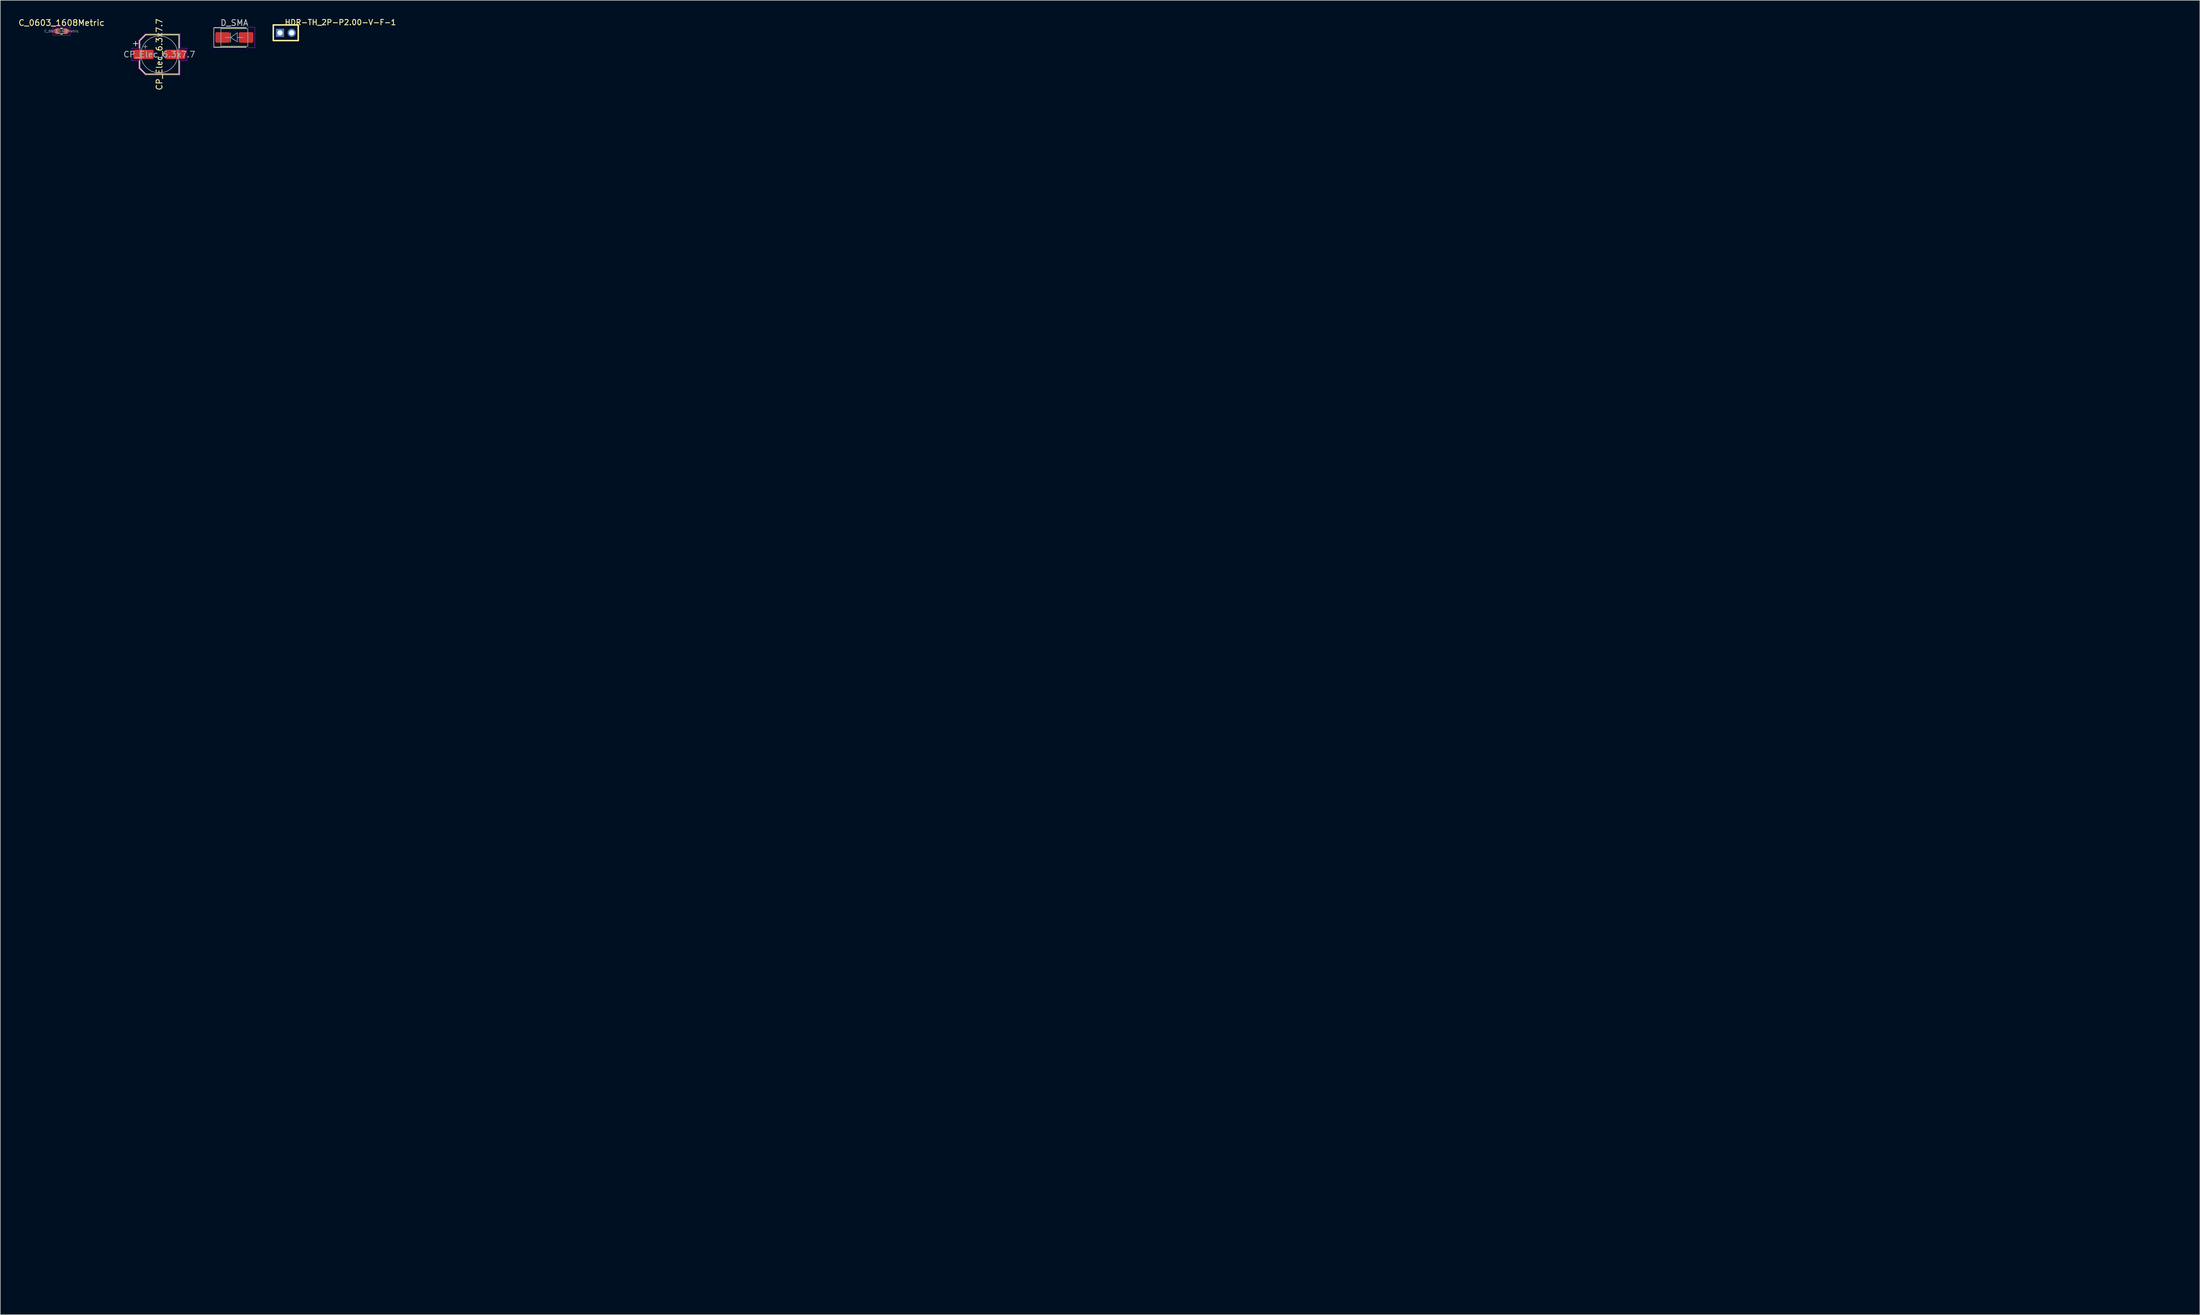
<source format=kicad_pcb>
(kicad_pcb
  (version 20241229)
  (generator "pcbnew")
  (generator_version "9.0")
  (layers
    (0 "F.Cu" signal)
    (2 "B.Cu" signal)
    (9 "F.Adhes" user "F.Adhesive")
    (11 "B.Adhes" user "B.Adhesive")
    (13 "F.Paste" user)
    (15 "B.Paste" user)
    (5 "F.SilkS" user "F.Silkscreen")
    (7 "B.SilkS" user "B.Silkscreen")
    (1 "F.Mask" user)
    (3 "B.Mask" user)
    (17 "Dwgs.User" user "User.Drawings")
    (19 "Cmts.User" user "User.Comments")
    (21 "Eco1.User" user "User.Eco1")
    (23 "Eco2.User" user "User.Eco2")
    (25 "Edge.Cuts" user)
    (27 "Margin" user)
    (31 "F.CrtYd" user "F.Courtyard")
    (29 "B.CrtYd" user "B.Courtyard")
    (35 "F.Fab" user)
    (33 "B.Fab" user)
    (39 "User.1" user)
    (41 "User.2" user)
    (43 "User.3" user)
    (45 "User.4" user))
  (footprint "CP_Elec_6.3x7.7"
    (layer "F.Cu")
    (at 24.161 6.244)
    (property "Reference" "CP_Elec_6.3x7.7" (at 0 0 270) (layer "F.SilkS") (effects (font (size 1 1) (thickness 0.15))))
    (attr smd)
    (fp_line (start -4.438 -1.847) (end -3.65 -1.847) (stroke (width 0.12) (type solid)) (layer "F.SilkS"))
    (fp_line (start -4.044 -2.241) (end -4.044 -1.454) (stroke (width 0.12) (type solid)) (layer "F.SilkS"))
    (fp_line (start -3.41 -2.346) (end -3.41 -1.06) (stroke (width 0.12) (type solid)) (layer "F.SilkS"))
    (fp_line (start -3.41 -2.346) (end -2.346 -3.41) (stroke (width 0.12) (type solid)) (layer "F.SilkS"))
    (fp_line (start -3.41 2.346) (end -3.41 1.06) (stroke (width 0.12) (type solid)) (layer "F.SilkS"))
    (fp_line (start -3.41 2.346) (end -2.346 3.41) (stroke (width 0.12) (type solid)) (layer "F.SilkS"))
    (fp_line (start -2.346 -3.41) (end 3.41 -3.41) (stroke (width 0.12) (type solid)) (layer "F.SilkS"))
    (fp_line (start -2.346 3.41) (end 3.41 3.41) (stroke (width 0.12) (type solid)) (layer "F.SilkS"))
    (fp_line (start 3.41 -3.41) (end 3.41 -1.06) (stroke (width 0.12) (type solid)) (layer "F.SilkS"))
    (fp_line (start 3.41 3.41) (end 3.41 1.06) (stroke (width 0.12) (type solid)) (layer "F.SilkS"))
    (fp_line (start -4.7 -1.05) (end -4.7 1.05) (stroke (width 0.05) (type solid)) (layer "F.CrtYd"))
    (fp_line (start -4.7 1.05) (end -3.55 1.05) (stroke (width 0.05) (type solid)) (layer "F.CrtYd"))
    (fp_line (start -3.55 -2.4) (end -3.55 -1.05) (stroke (width 0.05) (type solid)) (layer "F.CrtYd"))
    (fp_line (start -3.55 -2.4) (end -2.4 -3.55) (stroke (width 0.05) (type solid)) (layer "F.CrtYd"))
    (fp_line (start -3.55 -1.05) (end -4.7 -1.05) (stroke (width 0.05) (type solid)) (layer "F.CrtYd"))
    (fp_line (start -3.55 1.05) (end -3.55 2.4) (stroke (width 0.05) (type solid)) (layer "F.CrtYd"))
    (fp_line (start -3.55 2.4) (end -2.4 3.55) (stroke (width 0.05) (type solid)) (layer "F.CrtYd"))
    (fp_line (start -2.4 -3.55) (end 3.55 -3.55) (stroke (width 0.05) (type solid)) (layer "F.CrtYd"))
    (fp_line (start -2.4 3.55) (end 3.55 3.55) (stroke (width 0.05) (type solid)) (layer "F.CrtYd"))
    (fp_line (start 3.55 -3.55) (end 3.55 -1.05) (stroke (width 0.05) (type solid)) (layer "F.CrtYd"))
    (fp_line (start 3.55 -1.05) (end 4.7 -1.05) (stroke (width 0.05) (type solid)) (layer "F.CrtYd"))
    (fp_line (start 3.55 1.05) (end 3.55 3.55) (stroke (width 0.05) (type solid)) (layer "F.CrtYd"))
    (fp_line (start 4.7 -1.05) (end 4.7 1.05) (stroke (width 0.05) (type solid)) (layer "F.CrtYd"))
    (fp_line (start 4.7 1.05) (end 3.55 1.05) (stroke (width 0.05) (type solid)) (layer "F.CrtYd"))
    (fp_line (start -3.3 -2.3) (end -3.3 2.3) (stroke (width 0.1) (type solid)) (layer "F.Fab"))
    (fp_line (start -3.3 -2.3) (end -2.3 -3.3) (stroke (width 0.1) (type solid)) (layer "F.Fab"))
    (fp_line (start -3.3 2.3) (end -2.3 3.3) (stroke (width 0.1) (type solid)) (layer "F.Fab"))
    (fp_line (start -2.705 -1.33) (end -2.075 -1.33) (stroke (width 0.1) (type solid)) (layer "F.Fab"))
    (fp_line (start -2.39 -1.645) (end -2.39 -1.015) (stroke (width 0.1) (type solid)) (layer "F.Fab"))
    (fp_line (start -2.3 -3.3) (end 3.3 -3.3) (stroke (width 0.1) (type solid)) (layer "F.Fab"))
    (fp_line (start -2.3 3.3) (end 3.3 3.3) (stroke (width 0.1) (type solid)) (layer "F.Fab"))
    (fp_line (start 3.3 -3.3) (end 3.3 3.3) (stroke (width 0.1) (type solid)) (layer "F.Fab"))
    (fp_circle (center 0 0) (end 3.15 0) (stroke (width 0.1) (type solid)) (fill no) (layer "F.Fab"))
    (fp_text user "${REFERENCE}" (at 0 0 180) (layer "F.Fab") (effects (font (size 1 1) (thickness 0.15))))
    (pad "1" smd roundrect (at -2.7 0) (size 3.5 1.6) (layers "F.Cu" "F.Mask" "F.Paste") (roundrect_rratio 0.156))
    (pad "2" smd roundrect (at 2.7 0) (size 3.5 1.6) (layers "F.Cu" "F.Mask" "F.Paste") (roundrect_rratio 0.156)))
  (footprint "HDR-TH_2P-P2.00-V-F-1"
    (layer "F.Cu")
    (at 45.767 2.561)
    (property "Reference" "HDR-TH_2P-P2.00-V-F-1" (at -0.263 -2.327 0) (unlocked yes) (layer "F.SilkS") (effects (font (size 0.914 0.914) (thickness 0.152)) (justify left top)))
    (fp_line (start -2.14 -1.35) (end 2.12 -1.35) (stroke (width 0.254) (type default)) (layer "F.SilkS"))
    (fp_line (start -2.14 1.32) (end -2.14 -1.35) (stroke (width 0.254) (type default)) (layer "F.SilkS"))
    (fp_line (start 2.12 -1.35) (end 2.12 1.32) (stroke (width 0.254) (type default)) (layer "F.SilkS"))
    (fp_line (start 2.12 1.32) (end -2.14 1.32) (stroke (width 0.254) (type default)) (layer "F.SilkS"))
    (fp_circle (center -2 1.2) (end -1.97 1.2) (stroke (width 0.06) (type default)) (fill no) (layer "User.5"))
    (pad "1" thru_hole rect (at -1 0) (size 1.4 1.4) (drill 0.889) (layers "*.Cu" "*.Mask"))
    (pad "2" thru_hole oval (at 1 0) (size 1.4 1.4) (drill 0.889) (layers "*.Cu" "*.Mask"))
    (zone (net_name "") (layer "User.3") (hatch edge 0.5) (priority 100) (connect_pads yes) (min_thickness 0) (filled_areas_thickness no) (fill yes) (polygon (pts (xy 365.663 216.159) (xy 369.663 216.159) (xy 369.663 218.559) (xy 365.663 218.559))) (filled_polygon (layer "User.3") (island) (pts (xy 365.663 216.159) (xy 369.663 216.159) (xy 369.663 218.559) (xy 365.663 218.559))))
    (zone (net_name "") (layer "User.4") (hatch edge 0.5) (priority 100) (connect_pads yes) (min_thickness 0) (filled_areas_thickness no) (fill yes) (polygon (pts (xy 366.413 217.259) (xy 366.913 217.259) (xy 366.913 217.459) (xy 366.413 217.459))) (filled_polygon (layer "User.4") (island) (pts (xy 366.413 217.259) (xy 366.913 217.259) (xy 366.913 217.459) (xy 366.413 217.459))))
    (zone (net_name "") (layer "User.4") (hatch edge 0.5) (priority 100) (connect_pads yes) (min_thickness 0) (filled_areas_thickness no) (fill yes) (polygon (pts (xy 368.413 217.259) (xy 368.913 217.259) (xy 368.913 217.459) (xy 368.413 217.459))) (filled_polygon (layer "User.4") (island) (pts (xy 368.413 217.259) (xy 368.913 217.259) (xy 368.913 217.459) (xy 368.413 217.459)))))
  (footprint "C_0603_1608Metric"
    (layer "F.Cu")
    (at 7.458 2.278)
    (property "Reference" "C_0603_1608Metric" (at 0 -1.43 0) (layer "F.SilkS") (effects (font (size 1 1) (thickness 0.15))))
    (attr smd)
    (fp_line (start -0.141 -0.51) (end 0.141 -0.51) (stroke (width 0.12) (type solid)) (layer "F.SilkS"))
    (fp_line (start -0.141 0.51) (end 0.141 0.51) (stroke (width 0.12) (type solid)) (layer "F.SilkS"))
    (fp_line (start -1.48 -0.73) (end 1.48 -0.73) (stroke (width 0.05) (type solid)) (layer "F.CrtYd"))
    (fp_line (start -1.48 0.73) (end -1.48 -0.73) (stroke (width 0.05) (type solid)) (layer "F.CrtYd"))
    (fp_line (start 1.48 -0.73) (end 1.48 0.73) (stroke (width 0.05) (type solid)) (layer "F.CrtYd"))
    (fp_line (start 1.48 0.73) (end -1.48 0.73) (stroke (width 0.05) (type solid)) (layer "F.CrtYd"))
    (fp_line (start -0.8 -0.4) (end 0.8 -0.4) (stroke (width 0.1) (type solid)) (layer "F.Fab"))
    (fp_line (start -0.8 0.4) (end -0.8 -0.4) (stroke (width 0.1) (type solid)) (layer "F.Fab"))
    (fp_line (start 0.8 -0.4) (end 0.8 0.4) (stroke (width 0.1) (type solid)) (layer "F.Fab"))
    (fp_line (start 0.8 0.4) (end -0.8 0.4) (stroke (width 0.1) (type solid)) (layer "F.Fab"))
    (fp_text user "${REFERENCE}" (at 0 0 0) (layer "F.Fab") (effects (font (size 0.4 0.4) (thickness 0.06))))
    (pad "1" smd roundrect (at -0.775 0) (size 0.9 0.95) (layers "F.Cu" "F.Mask" "F.Paste") (roundrect_rratio 0.25))
    (pad "2" smd roundrect (at 0.775 0) (size 0.9 0.95) (layers "F.Cu" "F.Mask" "F.Paste") (roundrect_rratio 0.25)))
  (footprint "D_SMA"
    (layer "F.Cu")
    (at 36.975 3.348)
    (property "Reference" "D_SMA" (at 0 -2.5 0) (layer "F.SilkS") (effects (font (size 1 1) (thickness 0.15))))
    (attr smd)
    (fp_line (start -3.51 -1.65) (end -3.51 1.65) (stroke (width 0.12) (type solid)) (layer "F.SilkS"))
    (fp_line (start -3.51 -1.65) (end 2 -1.65) (stroke (width 0.12) (type solid)) (layer "F.SilkS"))
    (fp_line (start -3.51 1.65) (end 2 1.65) (stroke (width 0.12) (type solid)) (layer "F.SilkS"))
    (fp_line (start -3.5 -1.75) (end 3.5 -1.75) (stroke (width 0.05) (type solid)) (layer "F.CrtYd"))
    (fp_line (start -3.5 1.75) (end -3.5 -1.75) (stroke (width 0.05) (type solid)) (layer "F.CrtYd"))
    (fp_line (start 3.5 -1.75) (end 3.5 1.75) (stroke (width 0.05) (type solid)) (layer "F.CrtYd"))
    (fp_line (start 3.5 1.75) (end -3.5 1.75) (stroke (width 0.05) (type solid)) (layer "F.CrtYd"))
    (fp_line (start -2.3 1.5) (end -2.3 -1.5) (stroke (width 0.1) (type solid)) (layer "F.Fab"))
    (fp_line (start -0.649 -0.799) (end -0.649 0.801) (stroke (width 0.1) (type solid)) (layer "F.Fab"))
    (fp_line (start -0.649 0.001) (end -1.551 0.001) (stroke (width 0.1) (type solid)) (layer "F.Fab"))
    (fp_line (start -0.649 0.001) (end 0.501 -0.799) (stroke (width 0.1) (type solid)) (layer "F.Fab"))
    (fp_line (start -0.649 0.001) (end 0.501 0.75) (stroke (width 0.1) (type solid)) (layer "F.Fab"))
    (fp_line (start 0.501 0.001) (end 1.499 0.001) (stroke (width 0.1) (type solid)) (layer "F.Fab"))
    (fp_line (start 0.501 0.75) (end 0.501 -0.799) (stroke (width 0.1) (type solid)) (layer "F.Fab"))
    (fp_line (start 2.3 -1.5) (end -2.3 -1.5) (stroke (width 0.1) (type solid)) (layer "F.Fab"))
    (fp_line (start 2.3 -1.5) (end 2.3 1.5) (stroke (width 0.1) (type solid)) (layer "F.Fab"))
    (fp_line (start 2.3 1.5) (end -2.3 1.5) (stroke (width 0.1) (type solid)) (layer "F.Fab"))
    (fp_text user "${REFERENCE}" (at 0 -2.5 0) (layer "F.Fab") (effects (font (size 1 1) (thickness 0.15))))
    (pad "1" smd roundrect (at -2 0) (size 2.5 1.8) (layers "F.Cu" "F.Mask" "F.Paste") (roundrect_rratio 0.139))
    (pad "2" smd roundrect (at 2 0) (size 2.5 1.8) (layers "F.Cu" "F.Mask" "F.Paste") (roundrect_rratio 0.139)))
  (gr_rect
    (start -3 -3)
    (end 372.663 221.559)
    (stroke (width 0.1) (type default))
    (fill no)
    (layer "Edge.Cuts")))
</source>
